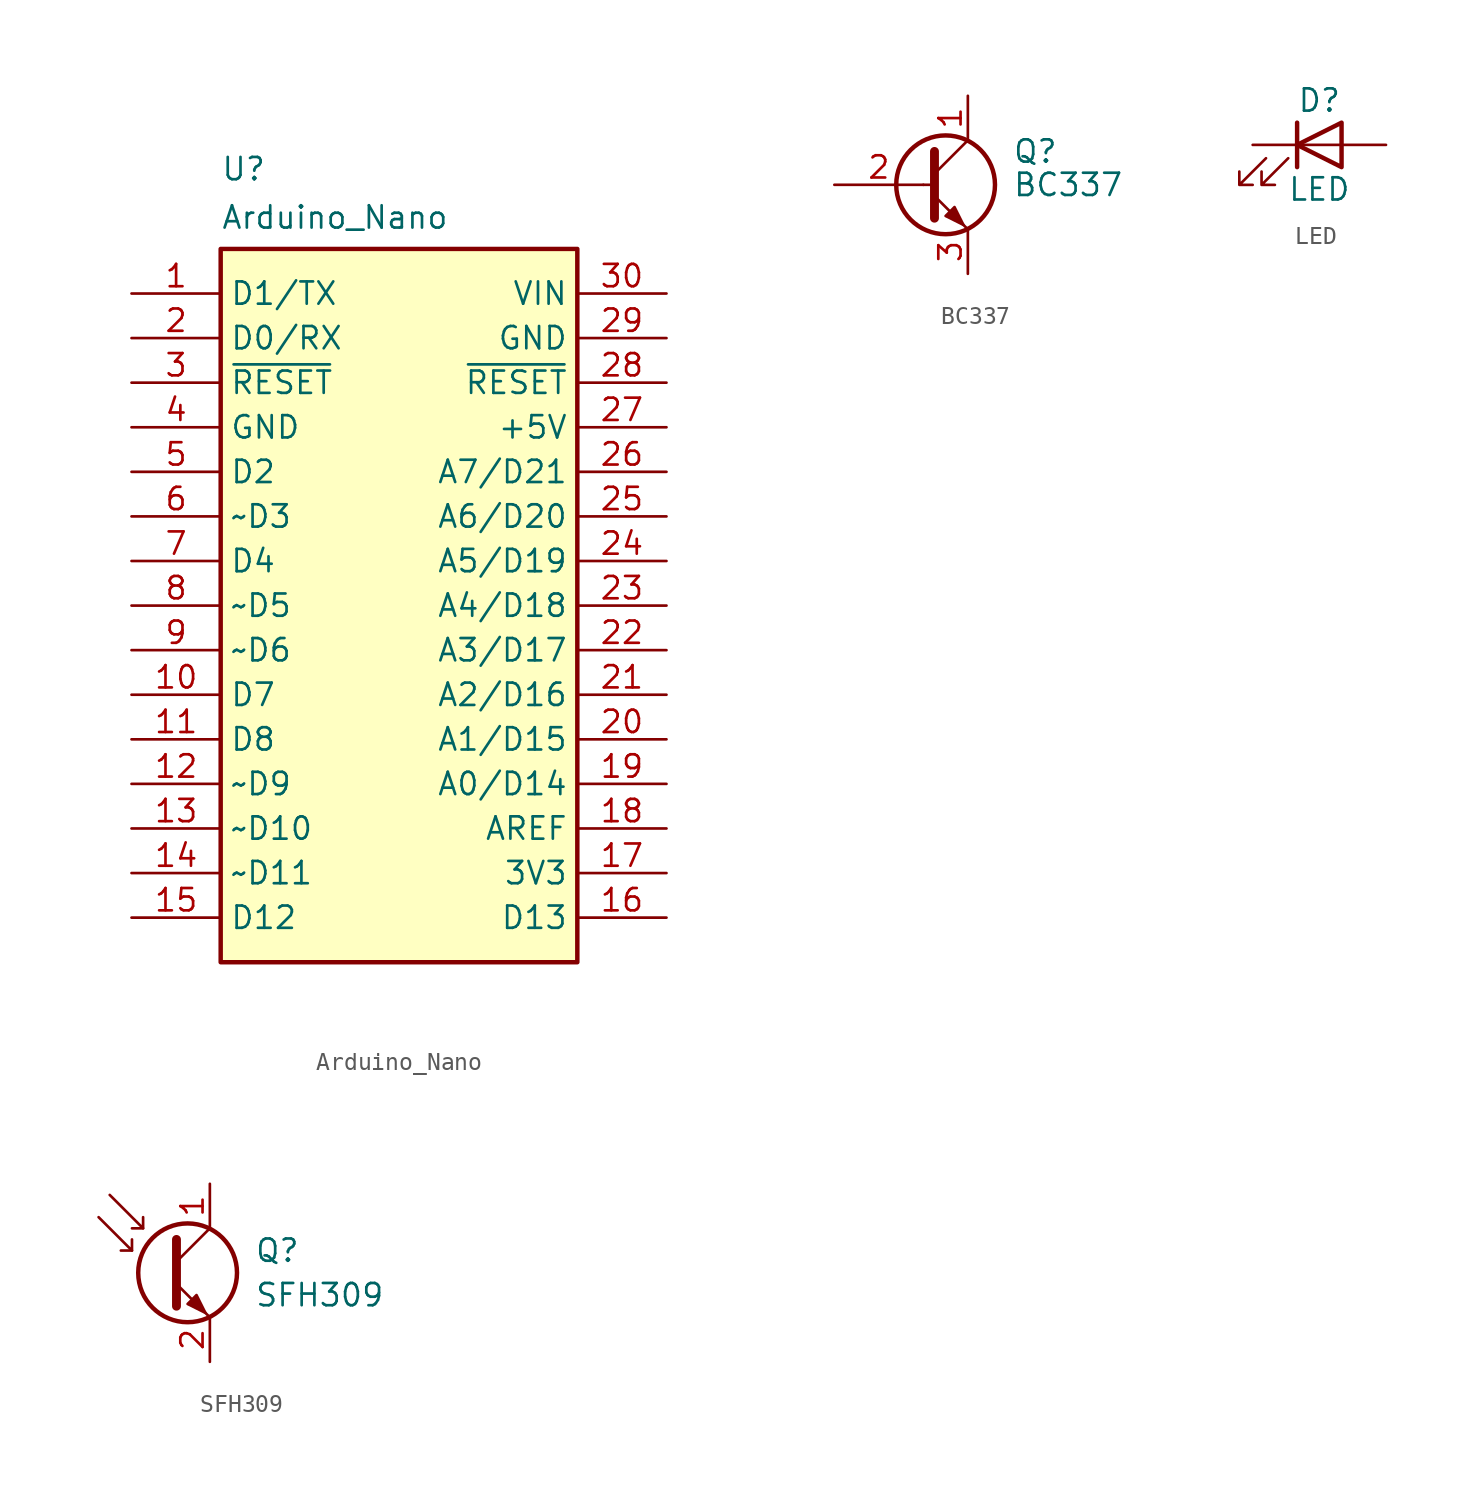
<source format=kicad_sym>
(kicad_symbol_lib
  (version 20211014)
  (generator kicad_symbol_editor)
  (symbol "Arduino_Nano"
    (property "Reference" "U"
      (at -10.16 24.13 0)
      (effects (font (size 1.27 1.27)) (justify left bottom)))
    (property "Value" "Arduino_Nano"
      (at -10.16 22.86 0)
      (effects (font (size 1.27 1.27)) (justify left top)))
    (symbol "Arduino_Nano_0_1"
      (rectangle (start -10.16 20.32) (end 10.16 -20.32) (stroke (width 0.254) (type default) (color 0 0 0 0)) (fill (type background))))
    (symbol "Arduino_Nano_1_1"
      (pin bidirectional line (at -15.24 17.78 0) (length 5.08) (name "D1/TX" (effects (font (size 1.27 1.27)))) (number "1" (effects (font (size 1.27 1.27)))))
      (pin bidirectional line (at -15.24 -5.08 0) (length 5.08) (name "D7" (effects (font (size 1.27 1.27)))) (number "10" (effects (font (size 1.27 1.27)))))
      (pin bidirectional line (at -15.24 -7.62 0) (length 5.08) (name "D8" (effects (font (size 1.27 1.27)))) (number "11" (effects (font (size 1.27 1.27)))))
      (pin bidirectional line (at -15.24 -10.16 0) (length 5.08) (name "~D9" (effects (font (size 1.27 1.27)))) (number "12" (effects (font (size 1.27 1.27)))))
      (pin bidirectional line (at -15.24 -12.7 0) (length 5.08) (name "~D10" (effects (font (size 1.27 1.27)))) (number "13" (effects (font (size 1.27 1.27)))))
      (pin bidirectional line (at -15.24 -15.24 0) (length 5.08) (name "~D11" (effects (font (size 1.27 1.27)))) (number "14" (effects (font (size 1.27 1.27)))))
      (pin bidirectional line (at -15.24 -17.78 0) (length 5.08) (name "D12" (effects (font (size 1.27 1.27)))) (number "15" (effects (font (size 1.27 1.27)))))
      (pin bidirectional line (at 15.24 -17.78 180) (length 5.08) (name "D13" (effects (font (size 1.27 1.27)))) (number "16" (effects (font (size 1.27 1.27)))))
      (pin power_out line (at 15.24 -15.24 180) (length 5.08) (name "3V3" (effects (font (size 1.27 1.27)))) (number "17" (effects (font (size 1.27 1.27)))))
      (pin input line (at 15.24 -12.7 180) (length 5.08) (name "AREF" (effects (font (size 1.27 1.27)))) (number "18" (effects (font (size 1.27 1.27)))))
      (pin bidirectional line (at 15.24 -10.16 180) (length 5.08) (name "A0/D14" (effects (font (size 1.27 1.27)))) (number "19" (effects (font (size 1.27 1.27)))))
      (pin bidirectional line (at -15.24 15.24 0) (length 5.08) (name "D0/RX" (effects (font (size 1.27 1.27)))) (number "2" (effects (font (size 1.27 1.27)))))
      (pin bidirectional line (at 15.24 -7.62 180) (length 5.08) (name "A1/D15" (effects (font (size 1.27 1.27)))) (number "20" (effects (font (size 1.27 1.27)))))
      (pin bidirectional line (at 15.24 -5.08 180) (length 5.08) (name "A2/D16" (effects (font (size 1.27 1.27)))) (number "21" (effects (font (size 1.27 1.27)))))
      (pin bidirectional line (at 15.24 -2.54 180) (length 5.08) (name "A3/D17" (effects (font (size 1.27 1.27)))) (number "22" (effects (font (size 1.27 1.27)))))
      (pin bidirectional line (at 15.24 0 180) (length 5.08) (name "A4/D18" (effects (font (size 1.27 1.27)))) (number "23" (effects (font (size 1.27 1.27)))))
      (pin bidirectional line (at 15.24 2.54 180) (length 5.08) (name "A5/D19" (effects (font (size 1.27 1.27)))) (number "24" (effects (font (size 1.27 1.27)))))
      (pin bidirectional line (at 15.24 5.08 180) (length 5.08) (name "A6/D20" (effects (font (size 1.27 1.27)))) (number "25" (effects (font (size 1.27 1.27)))))
      (pin bidirectional line (at 15.24 7.62 180) (length 5.08) (name "A7/D21" (effects (font (size 1.27 1.27)))) (number "26" (effects (font (size 1.27 1.27)))))
      (pin power_out line (at 15.24 10.16 180) (length 5.08) (name "+5V" (effects (font (size 1.27 1.27)))) (number "27" (effects (font (size 1.27 1.27)))))
      (pin input line (at 15.24 12.7 180) (length 5.08) (name "~{RESET}" (effects (font (size 1.27 1.27)))) (number "28" (effects (font (size 1.27 1.27)))))
      (pin power_in line (at 15.24 15.24 180) (length 5.08) (name "GND" (effects (font (size 1.27 1.27)))) (number "29" (effects (font (size 1.27 1.27)))))
      (pin input line (at -15.24 12.7 0) (length 5.08) (name "~{RESET}" (effects (font (size 1.27 1.27)))) (number "3" (effects (font (size 1.27 1.27)))))
      (pin power_in line (at 15.24 17.78 180) (length 5.08) (name "VIN" (effects (font (size 1.27 1.27)))) (number "30" (effects (font (size 1.27 1.27)))))
      (pin power_in line (at -15.24 10.16 0) (length 5.08) (name "GND" (effects (font (size 1.27 1.27)))) (number "4" (effects (font (size 1.27 1.27)))))
      (pin bidirectional line (at -15.24 7.62 0) (length 5.08) (name "D2" (effects (font (size 1.27 1.27)))) (number "5" (effects (font (size 1.27 1.27)))))
      (pin bidirectional line (at -15.24 5.08 0) (length 5.08) (name "~D3" (effects (font (size 1.27 1.27)))) (number "6" (effects (font (size 1.27 1.27)))))
      (pin bidirectional line (at -15.24 2.54 0) (length 5.08) (name "D4" (effects (font (size 1.27 1.27)))) (number "7" (effects (font (size 1.27 1.27)))))
      (pin bidirectional line (at -15.24 0 0) (length 5.08) (name "~D5" (effects (font (size 1.27 1.27)))) (number "8" (effects (font (size 1.27 1.27)))))
      (pin bidirectional line (at -15.24 -2.54 0) (length 5.08) (name "~D6" (effects (font (size 1.27 1.27)))) (number "9" (effects (font (size 1.27 1.27)))))))
  (symbol "BC337"
    (pin_names
      (offset 0) hide)
    (property "Reference" "Q"
      (at 5.08 1.905 0)
      (effects (font (size 1.27 1.27)) (justify left)))
    (property "Value" "BC337"
      (at 5.08 0 0)
      (effects (font (size 1.27 1.27)) (justify left)))
    (symbol "BC337_0_1"
      (polyline (pts (xy 0 0) (xy 0.635 0)) (stroke (width 0) (type default) (color 0 0 0 0)) (fill (type none)))
      (polyline (pts (xy 0.635 0.635) (xy 2.54 2.54)) (stroke (width 0) (type default) (color 0 0 0 0)) (fill (type none)))
      (polyline (pts (xy 0.635 -0.635) (xy 2.54 -2.54) (xy 2.54 -2.54)) (stroke (width 0) (type default) (color 0 0 0 0)) (fill (type none)))
      (polyline (pts (xy 0.635 1.905) (xy 0.635 -1.905) (xy 0.635 -1.905)) (stroke (width 0.508) (type default) (color 0 0 0 0)) (fill (type none)))
      (polyline (pts (xy 1.27 -1.778) (xy 1.778 -1.27) (xy 2.286 -2.286) (xy 1.27 -1.778) (xy 1.27 -1.778)) (stroke (width 0) (type default) (color 0 0 0 0)) (fill (type outline)))
      (circle (center 1.27 0) (radius 2.819) (stroke (width 0.254) (type default) (color 0 0 0 0)) (fill (type none))))
    (symbol "BC337_1_1"
      (pin passive line (at 2.54 5.08 270) (length 2.54) (name "C" (effects (font (size 1.27 1.27)))) (number "1" (effects (font (size 1.27 1.27)))))
      (pin input line (at -5.08 0 0) (length 5.08) (name "B" (effects (font (size 1.27 1.27)))) (number "2" (effects (font (size 1.27 1.27)))))
      (pin passive line (at 2.54 -5.08 90) (length 2.54) (name "E" (effects (font (size 1.27 1.27)))) (number "3" (effects (font (size 1.27 1.27)))))))
  (symbol "LED"
    (pin_numbers hide)
    (pin_names
      (offset 1.016) hide)
    (property "Reference" "D"
      (at 0 2.54 0)
      (effects (font (size 1.27 1.27))))
    (property "Value" "LED"
      (at 0 -2.54 0)
      (effects (font (size 1.27 1.27))))
    (symbol "LED_0_1"
      (polyline (pts (xy -1.27 -1.27) (xy -1.27 1.27)) (stroke (width 0.254) (type default) (color 0 0 0 0)) (fill (type none)))
      (polyline (pts (xy -1.27 0) (xy 1.27 0)) (stroke (width 0) (type default) (color 0 0 0 0)) (fill (type none)))
      (polyline (pts (xy 1.27 -1.27) (xy 1.27 1.27) (xy -1.27 0) (xy 1.27 -1.27)) (stroke (width 0.254) (type default) (color 0 0 0 0)) (fill (type none)))
      (polyline (pts (xy -3.048 -0.762) (xy -4.572 -2.286) (xy -3.81 -2.286) (xy -4.572 -2.286) (xy -4.572 -1.524)) (stroke (width 0) (type default) (color 0 0 0 0)) (fill (type none)))
      (polyline (pts (xy -1.778 -0.762) (xy -3.302 -2.286) (xy -2.54 -2.286) (xy -3.302 -2.286) (xy -3.302 -1.524)) (stroke (width 0) (type default) (color 0 0 0 0)) (fill (type none))))
    (symbol "LED_1_1"
      (pin passive line (at -3.81 0 0) (length 2.54) (name "K" (effects (font (size 1.27 1.27)))) (number "1" (effects (font (size 1.27 1.27)))))
      (pin passive line (at 3.81 0 180) (length 2.54) (name "A" (effects (font (size 1.27 1.27)))) (number "2" (effects (font (size 1.27 1.27)))))))
  (symbol "SFH309"
    (pin_names
      (offset 0) hide)
    (property "Reference" "Q"
      (at 5.08 1.27 0)
      (effects (font (size 1.27 1.27)) (justify left)))
    (property "Value" "SFH309"
      (at 5.08 -1.27 0)
      (effects (font (size 1.27 1.27)) (justify left)))
    (symbol "SFH309_0_1"
      (polyline (pts (xy -1.905 1.27) (xy -2.54 1.27)) (stroke (width 0) (type default) (color 0 0 0 0)) (fill (type none)))
      (polyline (pts (xy -1.27 2.54) (xy -1.905 2.54)) (stroke (width 0) (type default) (color 0 0 0 0)) (fill (type none)))
      (polyline (pts (xy 0.635 0.635) (xy 2.54 2.54)) (stroke (width 0) (type default) (color 0 0 0 0)) (fill (type none)))
      (polyline (pts (xy -3.81 3.175) (xy -1.905 1.27) (xy -1.905 1.905)) (stroke (width 0) (type default) (color 0 0 0 0)) (fill (type none)))
      (polyline (pts (xy -3.175 4.445) (xy -1.27 2.54) (xy -1.27 3.175)) (stroke (width 0) (type default) (color 0 0 0 0)) (fill (type none)))
      (polyline (pts (xy 0.635 -0.635) (xy 2.54 -2.54) (xy 2.54 -2.54)) (stroke (width 0) (type default) (color 0 0 0 0)) (fill (type none)))
      (polyline (pts (xy 0.635 1.905) (xy 0.635 -1.905) (xy 0.635 -1.905)) (stroke (width 0.508) (type default) (color 0 0 0 0)) (fill (type none)))
      (polyline (pts (xy 1.27 -1.778) (xy 1.778 -1.27) (xy 2.286 -2.286) (xy 1.27 -1.778) (xy 1.27 -1.778)) (stroke (width 0) (type default) (color 0 0 0 0)) (fill (type outline)))
      (circle (center 1.27 0) (radius 2.819) (stroke (width 0.254) (type default) (color 0 0 0 0)) (fill (type none))))
    (symbol "SFH309_1_1"
      (pin passive line (at 2.54 5.08 270) (length 2.54) (name "C" (effects (font (size 1.27 1.27)))) (number "1" (effects (font (size 1.27 1.27)))))
      (pin passive line (at 2.54 -5.08 90) (length 2.54) (name "E" (effects (font (size 1.27 1.27)))) (number "2" (effects (font (size 1.27 1.27))))))))
</source>
